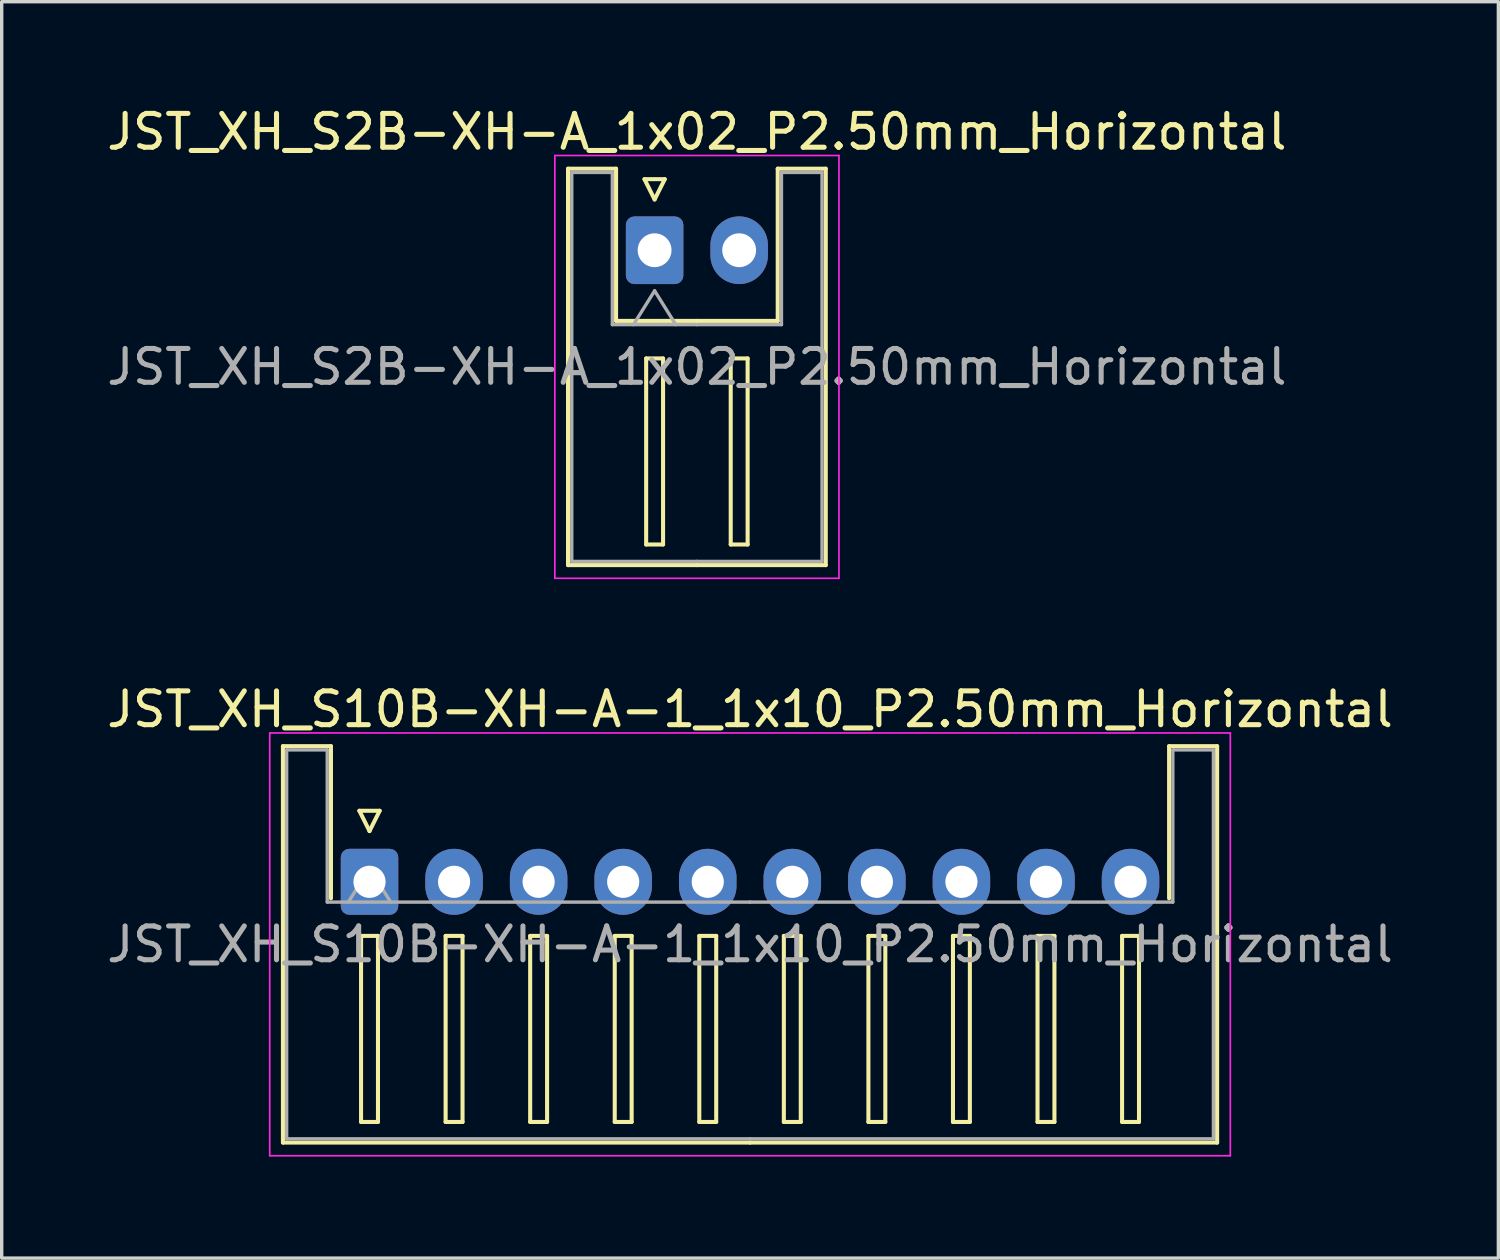
<source format=kicad_pcb>
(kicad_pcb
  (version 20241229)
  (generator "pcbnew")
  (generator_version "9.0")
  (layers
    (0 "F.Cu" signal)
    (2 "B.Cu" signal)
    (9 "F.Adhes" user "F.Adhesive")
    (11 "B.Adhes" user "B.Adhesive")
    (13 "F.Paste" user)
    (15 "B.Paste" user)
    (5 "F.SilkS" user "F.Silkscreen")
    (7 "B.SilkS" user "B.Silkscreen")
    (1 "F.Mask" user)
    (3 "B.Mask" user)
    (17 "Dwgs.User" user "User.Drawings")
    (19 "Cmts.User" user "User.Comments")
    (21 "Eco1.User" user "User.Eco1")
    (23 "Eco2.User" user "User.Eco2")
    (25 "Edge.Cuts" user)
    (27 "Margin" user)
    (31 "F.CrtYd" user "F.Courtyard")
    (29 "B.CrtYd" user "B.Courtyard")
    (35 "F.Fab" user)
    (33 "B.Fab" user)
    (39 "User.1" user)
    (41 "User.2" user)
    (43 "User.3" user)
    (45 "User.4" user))
  (footprint "JST_XH_S2B-XH-A_1x02_P2.50mm_Horizontal"
    (layer "F.Cu")
    (at 16.304 4.348)
    (property "Reference" "JST_XH_S2B-XH-A_1x02_P2.50mm_Horizontal" (at 1.25 -3.5 0) (layer "F.SilkS") (effects (font (size 1 1) (thickness 0.15))))
    (attr through_hole)
    (fp_line (start -2.56 -2.41) (end -1.14 -2.41) (stroke (width 0.12) (type solid)) (layer "F.SilkS"))
    (fp_line (start -2.56 9.31) (end -2.56 -2.41) (stroke (width 0.12) (type solid)) (layer "F.SilkS"))
    (fp_line (start -1.14 -2.41) (end -1.14 2.09) (stroke (width 0.12) (type solid)) (layer "F.SilkS"))
    (fp_line (start -1.14 2.09) (end 1.25 2.09) (stroke (width 0.12) (type solid)) (layer "F.SilkS"))
    (fp_line (start -0.3 -2.1) (end 0.3 -2.1) (stroke (width 0.12) (type solid)) (layer "F.SilkS"))
    (fp_line (start -0.25 3.2) (end -0.25 8.7) (stroke (width 0.12) (type solid)) (layer "F.SilkS"))
    (fp_line (start -0.25 8.7) (end 0.25 8.7) (stroke (width 0.12) (type solid)) (layer "F.SilkS"))
    (fp_line (start 0 -1.5) (end -0.3 -2.1) (stroke (width 0.12) (type solid)) (layer "F.SilkS"))
    (fp_line (start 0.25 3.2) (end -0.25 3.2) (stroke (width 0.12) (type solid)) (layer "F.SilkS"))
    (fp_line (start 0.25 8.7) (end 0.25 3.2) (stroke (width 0.12) (type solid)) (layer "F.SilkS"))
    (fp_line (start 0.3 -2.1) (end 0 -1.5) (stroke (width 0.12) (type solid)) (layer "F.SilkS"))
    (fp_line (start 1.25 9.31) (end -2.56 9.31) (stroke (width 0.12) (type solid)) (layer "F.SilkS"))
    (fp_line (start 1.25 9.31) (end 5.06 9.31) (stroke (width 0.12) (type solid)) (layer "F.SilkS"))
    (fp_line (start 2.25 3.2) (end 2.25 8.7) (stroke (width 0.12) (type solid)) (layer "F.SilkS"))
    (fp_line (start 2.25 8.7) (end 2.75 8.7) (stroke (width 0.12) (type solid)) (layer "F.SilkS"))
    (fp_line (start 2.75 3.2) (end 2.25 3.2) (stroke (width 0.12) (type solid)) (layer "F.SilkS"))
    (fp_line (start 2.75 8.7) (end 2.75 3.2) (stroke (width 0.12) (type solid)) (layer "F.SilkS"))
    (fp_line (start 3.64 -2.41) (end 3.64 2.09) (stroke (width 0.12) (type solid)) (layer "F.SilkS"))
    (fp_line (start 3.64 2.09) (end 1.25 2.09) (stroke (width 0.12) (type solid)) (layer "F.SilkS"))
    (fp_line (start 5.06 -2.41) (end 3.64 -2.41) (stroke (width 0.12) (type solid)) (layer "F.SilkS"))
    (fp_line (start 5.06 9.31) (end 5.06 -2.41) (stroke (width 0.12) (type solid)) (layer "F.SilkS"))
    (fp_line (start -2.95 -2.8) (end -2.95 9.7) (stroke (width 0.05) (type solid)) (layer "F.CrtYd"))
    (fp_line (start -2.95 9.7) (end 5.45 9.7) (stroke (width 0.05) (type solid)) (layer "F.CrtYd"))
    (fp_line (start 5.45 -2.8) (end -2.95 -2.8) (stroke (width 0.05) (type solid)) (layer "F.CrtYd"))
    (fp_line (start 5.45 9.7) (end 5.45 -2.8) (stroke (width 0.05) (type solid)) (layer "F.CrtYd"))
    (fp_line (start -2.45 -2.3) (end -1.25 -2.3) (stroke (width 0.1) (type solid)) (layer "F.Fab"))
    (fp_line (start -2.45 9.2) (end -2.45 -2.3) (stroke (width 0.1) (type solid)) (layer "F.Fab"))
    (fp_line (start -1.25 -2.3) (end -1.25 2.2) (stroke (width 0.1) (type solid)) (layer "F.Fab"))
    (fp_line (start -1.25 2.2) (end 1.25 2.2) (stroke (width 0.1) (type solid)) (layer "F.Fab"))
    (fp_line (start -0.625 2.2) (end 0 1.2) (stroke (width 0.1) (type solid)) (layer "F.Fab"))
    (fp_line (start 0 1.2) (end 0.625 2.2) (stroke (width 0.1) (type solid)) (layer "F.Fab"))
    (fp_line (start 1.25 9.2) (end -2.45 9.2) (stroke (width 0.1) (type solid)) (layer "F.Fab"))
    (fp_line (start 1.25 9.2) (end 4.95 9.2) (stroke (width 0.1) (type solid)) (layer "F.Fab"))
    (fp_line (start 3.75 -2.3) (end 3.75 2.2) (stroke (width 0.1) (type solid)) (layer "F.Fab"))
    (fp_line (start 3.75 2.2) (end 1.25 2.2) (stroke (width 0.1) (type solid)) (layer "F.Fab"))
    (fp_line (start 4.95 -2.3) (end 3.75 -2.3) (stroke (width 0.1) (type solid)) (layer "F.Fab"))
    (fp_line (start 4.95 9.2) (end 4.95 -2.3) (stroke (width 0.1) (type solid)) (layer "F.Fab"))
    (fp_text user "${REFERENCE}" (at 1.25 3.45 0) (layer "F.Fab") (effects (font (size 1 1) (thickness 0.15))))
    (pad "1" thru_hole roundrect (at 0 0) (size 1.7 2) (drill 1) (layers "*.Cu" "*.Mask") (roundrect_rratio 0.147))
    (pad "2" thru_hole oval (at 2.5 0) (size 1.7 2) (drill 1) (layers "*.Cu" "*.Mask")))
  (footprint "JST_XH_S10B-XH-A-1_1x10_P2.50mm_Horizontal"
    (layer "F.Cu")
    (at 7.875 23.021)
    (property "Reference" "JST_XH_S10B-XH-A-1_1x10_P2.50mm_Horizontal" (at 11.25 -5.1 0) (layer "F.SilkS") (effects (font (size 1 1) (thickness 0.15))))
    (attr through_hole)
    (fp_line (start -2.56 -4.01) (end -1.14 -4.01) (stroke (width 0.12) (type solid)) (layer "F.SilkS"))
    (fp_line (start -2.56 7.71) (end -2.56 -4.01) (stroke (width 0.12) (type solid)) (layer "F.SilkS"))
    (fp_line (start -1.14 -4.01) (end -1.14 0.49) (stroke (width 0.12) (type solid)) (layer "F.SilkS"))
    (fp_line (start -0.3 -2.1) (end 0.3 -2.1) (stroke (width 0.12) (type solid)) (layer "F.SilkS"))
    (fp_line (start -0.25 1.6) (end -0.25 7.1) (stroke (width 0.12) (type solid)) (layer "F.SilkS"))
    (fp_line (start -0.25 7.1) (end 0.25 7.1) (stroke (width 0.12) (type solid)) (layer "F.SilkS"))
    (fp_line (start 0 -1.5) (end -0.3 -2.1) (stroke (width 0.12) (type solid)) (layer "F.SilkS"))
    (fp_line (start 0.25 1.6) (end -0.25 1.6) (stroke (width 0.12) (type solid)) (layer "F.SilkS"))
    (fp_line (start 0.25 7.1) (end 0.25 1.6) (stroke (width 0.12) (type solid)) (layer "F.SilkS"))
    (fp_line (start 0.3 -2.1) (end 0 -1.5) (stroke (width 0.12) (type solid)) (layer "F.SilkS"))
    (fp_line (start 2.25 1.6) (end 2.25 7.1) (stroke (width 0.12) (type solid)) (layer "F.SilkS"))
    (fp_line (start 2.25 7.1) (end 2.75 7.1) (stroke (width 0.12) (type solid)) (layer "F.SilkS"))
    (fp_line (start 2.75 1.6) (end 2.25 1.6) (stroke (width 0.12) (type solid)) (layer "F.SilkS"))
    (fp_line (start 2.75 7.1) (end 2.75 1.6) (stroke (width 0.12) (type solid)) (layer "F.SilkS"))
    (fp_line (start 4.75 1.6) (end 4.75 7.1) (stroke (width 0.12) (type solid)) (layer "F.SilkS"))
    (fp_line (start 4.75 7.1) (end 5.25 7.1) (stroke (width 0.12) (type solid)) (layer "F.SilkS"))
    (fp_line (start 5.25 1.6) (end 4.75 1.6) (stroke (width 0.12) (type solid)) (layer "F.SilkS"))
    (fp_line (start 5.25 7.1) (end 5.25 1.6) (stroke (width 0.12) (type solid)) (layer "F.SilkS"))
    (fp_line (start 7.25 1.6) (end 7.25 7.1) (stroke (width 0.12) (type solid)) (layer "F.SilkS"))
    (fp_line (start 7.25 7.1) (end 7.75 7.1) (stroke (width 0.12) (type solid)) (layer "F.SilkS"))
    (fp_line (start 7.75 1.6) (end 7.25 1.6) (stroke (width 0.12) (type solid)) (layer "F.SilkS"))
    (fp_line (start 7.75 7.1) (end 7.75 1.6) (stroke (width 0.12) (type solid)) (layer "F.SilkS"))
    (fp_line (start 9.75 1.6) (end 9.75 7.1) (stroke (width 0.12) (type solid)) (layer "F.SilkS"))
    (fp_line (start 9.75 7.1) (end 10.25 7.1) (stroke (width 0.12) (type solid)) (layer "F.SilkS"))
    (fp_line (start 10.25 1.6) (end 9.75 1.6) (stroke (width 0.12) (type solid)) (layer "F.SilkS"))
    (fp_line (start 10.25 7.1) (end 10.25 1.6) (stroke (width 0.12) (type solid)) (layer "F.SilkS"))
    (fp_line (start 11.25 7.71) (end -2.56 7.71) (stroke (width 0.12) (type solid)) (layer "F.SilkS"))
    (fp_line (start 11.25 7.71) (end 25.06 7.71) (stroke (width 0.12) (type solid)) (layer "F.SilkS"))
    (fp_line (start 12.25 1.6) (end 12.25 7.1) (stroke (width 0.12) (type solid)) (layer "F.SilkS"))
    (fp_line (start 12.25 7.1) (end 12.75 7.1) (stroke (width 0.12) (type solid)) (layer "F.SilkS"))
    (fp_line (start 12.75 1.6) (end 12.25 1.6) (stroke (width 0.12) (type solid)) (layer "F.SilkS"))
    (fp_line (start 12.75 7.1) (end 12.75 1.6) (stroke (width 0.12) (type solid)) (layer "F.SilkS"))
    (fp_line (start 14.75 1.6) (end 14.75 7.1) (stroke (width 0.12) (type solid)) (layer "F.SilkS"))
    (fp_line (start 14.75 7.1) (end 15.25 7.1) (stroke (width 0.12) (type solid)) (layer "F.SilkS"))
    (fp_line (start 15.25 1.6) (end 14.75 1.6) (stroke (width 0.12) (type solid)) (layer "F.SilkS"))
    (fp_line (start 15.25 7.1) (end 15.25 1.6) (stroke (width 0.12) (type solid)) (layer "F.SilkS"))
    (fp_line (start 17.25 1.6) (end 17.25 7.1) (stroke (width 0.12) (type solid)) (layer "F.SilkS"))
    (fp_line (start 17.25 7.1) (end 17.75 7.1) (stroke (width 0.12) (type solid)) (layer "F.SilkS"))
    (fp_line (start 17.75 1.6) (end 17.25 1.6) (stroke (width 0.12) (type solid)) (layer "F.SilkS"))
    (fp_line (start 17.75 7.1) (end 17.75 1.6) (stroke (width 0.12) (type solid)) (layer "F.SilkS"))
    (fp_line (start 19.75 1.6) (end 19.75 7.1) (stroke (width 0.12) (type solid)) (layer "F.SilkS"))
    (fp_line (start 19.75 7.1) (end 20.25 7.1) (stroke (width 0.12) (type solid)) (layer "F.SilkS"))
    (fp_line (start 20.25 1.6) (end 19.75 1.6) (stroke (width 0.12) (type solid)) (layer "F.SilkS"))
    (fp_line (start 20.25 7.1) (end 20.25 1.6) (stroke (width 0.12) (type solid)) (layer "F.SilkS"))
    (fp_line (start 22.25 1.6) (end 22.25 7.1) (stroke (width 0.12) (type solid)) (layer "F.SilkS"))
    (fp_line (start 22.25 7.1) (end 22.75 7.1) (stroke (width 0.12) (type solid)) (layer "F.SilkS"))
    (fp_line (start 22.75 1.6) (end 22.25 1.6) (stroke (width 0.12) (type solid)) (layer "F.SilkS"))
    (fp_line (start 22.75 7.1) (end 22.75 1.6) (stroke (width 0.12) (type solid)) (layer "F.SilkS"))
    (fp_line (start 23.64 -4.01) (end 23.64 0.49) (stroke (width 0.12) (type solid)) (layer "F.SilkS"))
    (fp_line (start 25.06 -4.01) (end 23.64 -4.01) (stroke (width 0.12) (type solid)) (layer "F.SilkS"))
    (fp_line (start 25.06 7.71) (end 25.06 -4.01) (stroke (width 0.12) (type solid)) (layer "F.SilkS"))
    (fp_line (start -2.95 -4.4) (end -2.95 8.1) (stroke (width 0.05) (type solid)) (layer "F.CrtYd"))
    (fp_line (start -2.95 8.1) (end 25.45 8.1) (stroke (width 0.05) (type solid)) (layer "F.CrtYd"))
    (fp_line (start 25.45 -4.4) (end -2.95 -4.4) (stroke (width 0.05) (type solid)) (layer "F.CrtYd"))
    (fp_line (start 25.45 8.1) (end 25.45 -4.4) (stroke (width 0.05) (type solid)) (layer "F.CrtYd"))
    (fp_line (start -2.45 -3.9) (end -1.25 -3.9) (stroke (width 0.1) (type solid)) (layer "F.Fab"))
    (fp_line (start -2.45 7.6) (end -2.45 -3.9) (stroke (width 0.1) (type solid)) (layer "F.Fab"))
    (fp_line (start -1.25 -3.9) (end -1.25 0.6) (stroke (width 0.1) (type solid)) (layer "F.Fab"))
    (fp_line (start -1.25 0.6) (end 11.25 0.6) (stroke (width 0.1) (type solid)) (layer "F.Fab"))
    (fp_line (start -0.625 0.6) (end 0 -0.4) (stroke (width 0.1) (type solid)) (layer "F.Fab"))
    (fp_line (start 0 -0.4) (end 0.625 0.6) (stroke (width 0.1) (type solid)) (layer "F.Fab"))
    (fp_line (start 11.25 7.6) (end -2.45 7.6) (stroke (width 0.1) (type solid)) (layer "F.Fab"))
    (fp_line (start 11.25 7.6) (end 24.95 7.6) (stroke (width 0.1) (type solid)) (layer "F.Fab"))
    (fp_line (start 23.75 -3.9) (end 23.75 0.6) (stroke (width 0.1) (type solid)) (layer "F.Fab"))
    (fp_line (start 23.75 0.6) (end 11.25 0.6) (stroke (width 0.1) (type solid)) (layer "F.Fab"))
    (fp_line (start 24.95 -3.9) (end 23.75 -3.9) (stroke (width 0.1) (type solid)) (layer "F.Fab"))
    (fp_line (start 24.95 7.6) (end 24.95 -3.9) (stroke (width 0.1) (type solid)) (layer "F.Fab"))
    (fp_text user "${REFERENCE}" (at 11.25 1.85 0) (layer "F.Fab") (effects (font (size 1 1) (thickness 0.15))))
    (pad "1" thru_hole roundrect (at 0 0) (size 1.7 1.95) (drill 0.95) (layers "*.Cu" "*.Mask") (roundrect_rratio 0.147))
    (pad "2" thru_hole oval (at 2.5 0) (size 1.7 1.95) (drill 0.95) (layers "*.Cu" "*.Mask"))
    (pad "3" thru_hole oval (at 5 0) (size 1.7 1.95) (drill 0.95) (layers "*.Cu" "*.Mask"))
    (pad "4" thru_hole oval (at 7.5 0) (size 1.7 1.95) (drill 0.95) (layers "*.Cu" "*.Mask"))
    (pad "5" thru_hole oval (at 10 0) (size 1.7 1.95) (drill 0.95) (layers "*.Cu" "*.Mask"))
    (pad "6" thru_hole oval (at 12.5 0) (size 1.7 1.95) (drill 0.95) (layers "*.Cu" "*.Mask"))
    (pad "7" thru_hole oval (at 15 0) (size 1.7 1.95) (drill 0.95) (layers "*.Cu" "*.Mask"))
    (pad "8" thru_hole oval (at 17.5 0) (size 1.7 1.95) (drill 0.95) (layers "*.Cu" "*.Mask"))
    (pad "9" thru_hole oval (at 20 0) (size 1.7 1.95) (drill 0.95) (layers "*.Cu" "*.Mask"))
    (pad "10" thru_hole oval (at 22.5 0) (size 1.7 1.95) (drill 0.95) (layers "*.Cu" "*.Mask")))
  (gr_rect
    (start -3 -3)
    (end 41.25 34.147)
    (stroke (width 0.1) (type default))
    (fill no)
    (layer "Edge.Cuts")))
</source>
